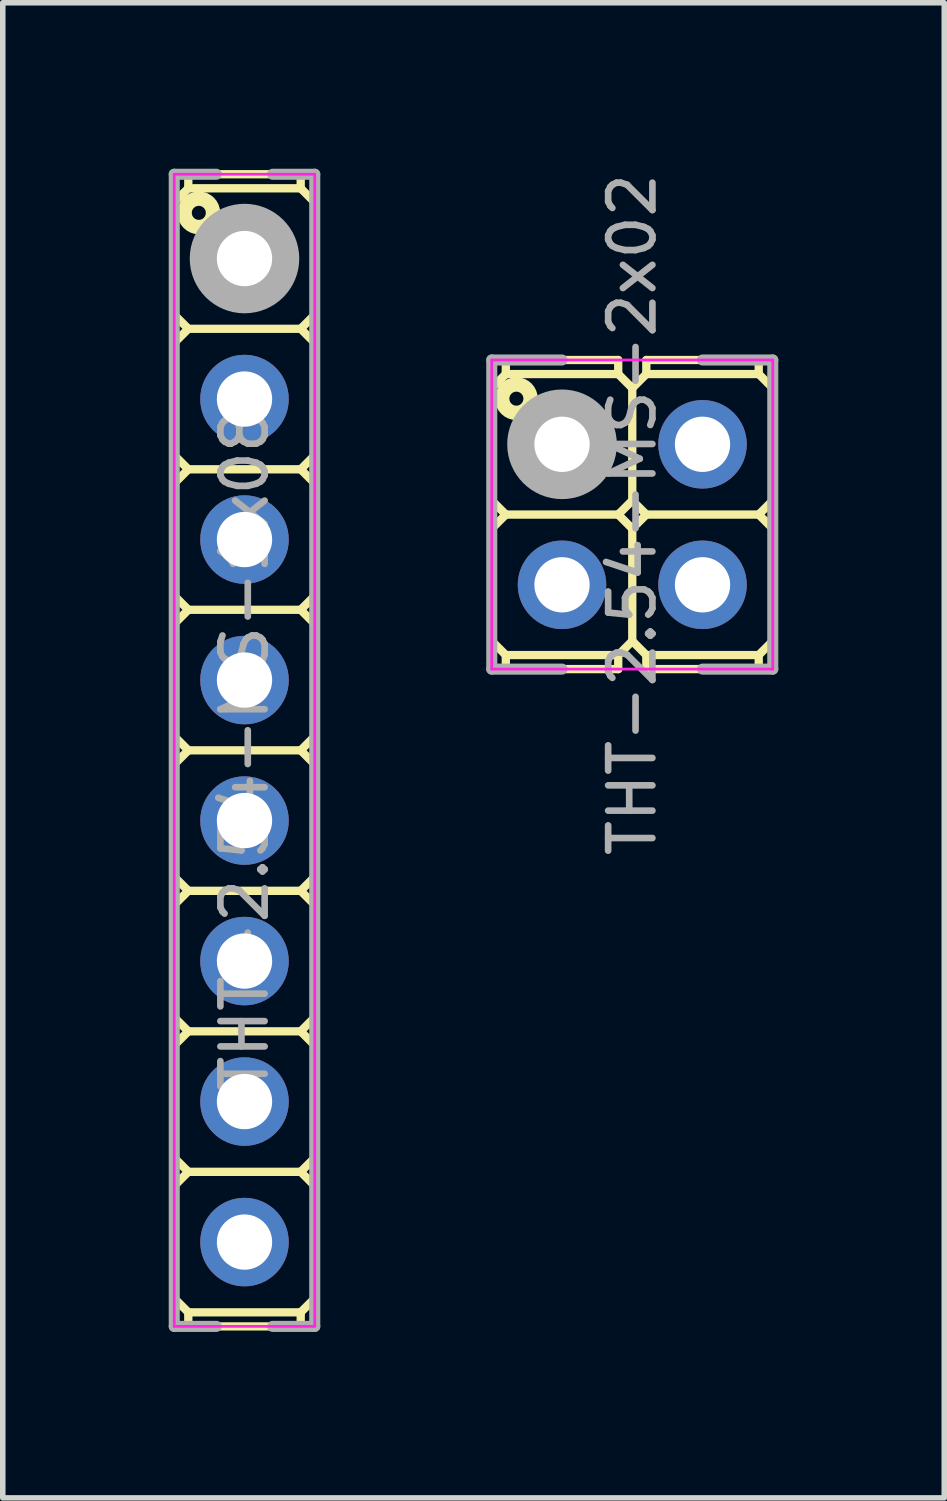
<source format=kicad_pcb>
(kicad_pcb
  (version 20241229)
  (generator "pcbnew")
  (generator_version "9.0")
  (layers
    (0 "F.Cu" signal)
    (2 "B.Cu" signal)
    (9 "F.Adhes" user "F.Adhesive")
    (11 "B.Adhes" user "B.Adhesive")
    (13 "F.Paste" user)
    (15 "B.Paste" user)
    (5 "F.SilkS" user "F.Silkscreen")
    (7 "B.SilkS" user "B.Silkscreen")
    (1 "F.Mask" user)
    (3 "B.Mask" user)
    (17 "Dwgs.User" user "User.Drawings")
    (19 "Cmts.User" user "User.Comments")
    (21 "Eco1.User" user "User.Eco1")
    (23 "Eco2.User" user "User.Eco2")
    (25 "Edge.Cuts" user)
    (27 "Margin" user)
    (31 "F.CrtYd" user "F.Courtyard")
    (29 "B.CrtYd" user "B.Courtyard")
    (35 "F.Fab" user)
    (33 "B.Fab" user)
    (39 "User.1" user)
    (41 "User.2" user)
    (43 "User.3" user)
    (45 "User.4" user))
  (footprint "THT-2.54-MS-2x02"
    (layer "F.Cu")
    (at 8.38 6.252)
    (property "Reference" "THT-2.54-MS-2x02" (at 0 0 270) (layer "F.Fab") (effects (font (size 0.8 0.8) (thickness 0.12))))
    (attr through_hole)
    (fp_line (start -2.54 -2.286) (end -2.54 -0.254) (stroke (width 0.15) (type solid)) (layer "F.SilkS"))
    (fp_line (start -2.54 -2.286) (end -2.286 -2.54) (stroke (width 0.15) (type solid)) (layer "F.SilkS"))
    (fp_line (start -2.54 -0.254) (end -2.286 0) (stroke (width 0.15) (type solid)) (layer "F.SilkS"))
    (fp_line (start -2.54 0.254) (end -2.54 2.286) (stroke (width 0.15) (type solid)) (layer "F.SilkS"))
    (fp_line (start -2.54 2.286) (end -2.286 2.54) (stroke (width 0.15) (type solid)) (layer "F.SilkS"))
    (fp_line (start -2.286 -2.794) (end -0.254 -2.794) (stroke (width 0.15) (type solid)) (layer "F.SilkS"))
    (fp_line (start -2.286 -2.54) (end -2.286 -2.794) (stroke (width 0.15) (type solid)) (layer "F.SilkS"))
    (fp_line (start -2.286 -2.54) (end -0.254 -2.54) (stroke (width 0.15) (type solid)) (layer "F.SilkS"))
    (fp_line (start -2.286 0) (end -2.54 0.254) (stroke (width 0.15) (type solid)) (layer "F.SilkS"))
    (fp_line (start -2.286 2.54) (end -2.286 2.794) (stroke (width 0.15) (type solid)) (layer "F.SilkS"))
    (fp_line (start -2.286 2.54) (end -0.254 2.54) (stroke (width 0.15) (type solid)) (layer "F.SilkS"))
    (fp_line (start -2.286 2.794) (end -0.254 2.794) (stroke (width 0.15) (type solid)) (layer "F.SilkS"))
    (fp_line (start -0.254 -2.794) (end -0.254 -2.54) (stroke (width 0.15) (type solid)) (layer "F.SilkS"))
    (fp_line (start -0.254 -2.54) (end 0 -2.286) (stroke (width 0.15) (type solid)) (layer "F.SilkS"))
    (fp_line (start -0.254 0) (end -2.286 0) (stroke (width 0.15) (type solid)) (layer "F.SilkS"))
    (fp_line (start -0.254 2.54) (end 0 2.286) (stroke (width 0.15) (type solid)) (layer "F.SilkS"))
    (fp_line (start -0.254 2.794) (end -0.254 2.54) (stroke (width 0.15) (type solid)) (layer "F.SilkS"))
    (fp_line (start 0 -2.286) (end 0 -0.254) (stroke (width 0.15) (type solid)) (layer "F.SilkS"))
    (fp_line (start 0 -2.286) (end 0.254 -2.54) (stroke (width 0.15) (type solid)) (layer "F.SilkS"))
    (fp_line (start 0 -0.254) (end -0.254 0) (stroke (width 0.15) (type solid)) (layer "F.SilkS"))
    (fp_line (start 0 -0.254) (end 0.254 0) (stroke (width 0.15) (type solid)) (layer "F.SilkS"))
    (fp_line (start 0 0.254) (end -0.254 0) (stroke (width 0.15) (type solid)) (layer "F.SilkS"))
    (fp_line (start 0 2.286) (end 0 0.254) (stroke (width 0.15) (type solid)) (layer "F.SilkS"))
    (fp_line (start 0 2.286) (end 0.254 2.54) (stroke (width 0.15) (type solid)) (layer "F.SilkS"))
    (fp_line (start 0.254 -2.794) (end 2.286 -2.794) (stroke (width 0.15) (type solid)) (layer "F.SilkS"))
    (fp_line (start 0.254 -2.54) (end 0.254 -2.794) (stroke (width 0.15) (type solid)) (layer "F.SilkS"))
    (fp_line (start 0.254 -2.54) (end 2.286 -2.54) (stroke (width 0.15) (type solid)) (layer "F.SilkS"))
    (fp_line (start 0.254 0) (end 0 0.254) (stroke (width 0.15) (type solid)) (layer "F.SilkS"))
    (fp_line (start 0.254 2.54) (end 0.254 2.794) (stroke (width 0.15) (type solid)) (layer "F.SilkS"))
    (fp_line (start 0.254 2.54) (end 2.286 2.54) (stroke (width 0.15) (type solid)) (layer "F.SilkS"))
    (fp_line (start 0.254 2.794) (end 2.286 2.794) (stroke (width 0.15) (type solid)) (layer "F.SilkS"))
    (fp_line (start 2.286 -2.794) (end 2.286 -2.54) (stroke (width 0.15) (type solid)) (layer "F.SilkS"))
    (fp_line (start 2.286 -2.54) (end 2.54 -2.286) (stroke (width 0.15) (type solid)) (layer "F.SilkS"))
    (fp_line (start 2.286 0) (end 0.254 0) (stroke (width 0.15) (type solid)) (layer "F.SilkS"))
    (fp_line (start 2.286 2.54) (end 2.54 2.286) (stroke (width 0.15) (type solid)) (layer "F.SilkS"))
    (fp_line (start 2.286 2.794) (end 2.286 2.54) (stroke (width 0.15) (type solid)) (layer "F.SilkS"))
    (fp_line (start 2.54 -2.286) (end 2.54 -0.254) (stroke (width 0.15) (type solid)) (layer "F.SilkS"))
    (fp_line (start 2.54 -0.254) (end 2.286 0) (stroke (width 0.15) (type solid)) (layer "F.SilkS"))
    (fp_line (start 2.54 0.254) (end 2.286 0) (stroke (width 0.15) (type solid)) (layer "F.SilkS"))
    (fp_line (start 2.54 2.286) (end 2.54 0.254) (stroke (width 0.15) (type solid)) (layer "F.SilkS"))
    (fp_circle (center -2.095 -2.095) (end -1.968 -2.095) (stroke (width 0.26) (type solid)) (fill no) (layer "F.SilkS"))
    (fp_line (start -2.54 -2.794) (end 2.54 -2.794) (stroke (width 0.05) (type solid)) (layer "F.CrtYd"))
    (fp_line (start -2.54 2.794) (end -2.54 -2.794) (stroke (width 0.05) (type solid)) (layer "F.CrtYd"))
    (fp_line (start -2.54 2.794) (end 2.54 2.794) (stroke (width 0.05) (type solid)) (layer "F.CrtYd"))
    (fp_line (start 2.54 -2.794) (end 2.54 2.794) (stroke (width 0.05) (type solid)) (layer "F.CrtYd"))
    (fp_line (start -2.54 -2.794) (end -2.54 2.794) (stroke (width 0.2) (type solid)) (layer "F.Fab"))
    (fp_line (start -2.54 -2.794) (end -1.27 -2.794) (stroke (width 0.2) (type solid)) (layer "F.Fab"))
    (fp_line (start -2.54 2.794) (end -1.27 2.794) (stroke (width 0.2) (type solid)) (layer "F.Fab"))
    (fp_line (start 1.27 -2.794) (end 2.54 -2.794) (stroke (width 0.2) (type solid)) (layer "F.Fab"))
    (fp_line (start 1.27 2.794) (end 2.54 2.794) (stroke (width 0.2) (type solid)) (layer "F.Fab"))
    (fp_line (start 2.54 2.794) (end 2.54 -2.794) (stroke (width 0.2) (type solid)) (layer "F.Fab"))
    (fp_circle (center -1.27 -1.27) (end -1.27 -1.079) (stroke (width 0.8) (type solid)) (fill no) (layer "F.Fab"))
    (pad "1" thru_hole circle (at -1.27 -1.27) (size 1.6 1.6) (drill 1) (layers "*.Cu" "*.Mask"))
    (pad "2" thru_hole circle (at 1.27 -1.27) (size 1.6 1.6) (drill 1) (layers "*.Cu" "*.Mask"))
    (pad "3" thru_hole circle (at -1.27 1.27) (size 1.6 1.6) (drill 1) (layers "*.Cu" "*.Mask"))
    (pad "4" thru_hole circle (at 1.27 1.27) (size 1.6 1.6) (drill 1) (layers "*.Cu" "*.Mask")))
  (footprint "THT-2.54-MS-1x08"
    (layer "F.Cu")
    (at 1.37 10.514)
    (property "Reference" "THT-2.54-MS-1x08" (at 0 0 270) (layer "F.Fab") (effects (font (size 0.8 0.8) (thickness 0.12))))
    (attr through_hole)
    (fp_line (start -1.27 -9.906) (end -1.27 -7.874) (stroke (width 0.15) (type solid)) (layer "F.SilkS"))
    (fp_line (start -1.27 -9.906) (end -1.016 -10.16) (stroke (width 0.15) (type solid)) (layer "F.SilkS"))
    (fp_line (start -1.27 -7.874) (end -1.016 -7.62) (stroke (width 0.15) (type solid)) (layer "F.SilkS"))
    (fp_line (start -1.27 -7.366) (end -1.27 -5.334) (stroke (width 0.15) (type solid)) (layer "F.SilkS"))
    (fp_line (start -1.27 -5.334) (end -1.016 -5.08) (stroke (width 0.15) (type solid)) (layer "F.SilkS"))
    (fp_line (start -1.27 -4.826) (end -1.27 -2.794) (stroke (width 0.15) (type solid)) (layer "F.SilkS"))
    (fp_line (start -1.27 -2.794) (end -1.016 -2.54) (stroke (width 0.15) (type solid)) (layer "F.SilkS"))
    (fp_line (start -1.27 -2.286) (end -1.27 -0.254) (stroke (width 0.15) (type solid)) (layer "F.SilkS"))
    (fp_line (start -1.27 -0.254) (end -1.016 0) (stroke (width 0.15) (type solid)) (layer "F.SilkS"))
    (fp_line (start -1.27 0.254) (end -1.27 2.286) (stroke (width 0.15) (type solid)) (layer "F.SilkS"))
    (fp_line (start -1.27 2.286) (end -1.016 2.54) (stroke (width 0.15) (type solid)) (layer "F.SilkS"))
    (fp_line (start -1.27 2.794) (end -1.27 4.826) (stroke (width 0.15) (type solid)) (layer "F.SilkS"))
    (fp_line (start -1.27 4.826) (end -1.016 5.08) (stroke (width 0.15) (type solid)) (layer "F.SilkS"))
    (fp_line (start -1.27 5.334) (end -1.27 7.366) (stroke (width 0.15) (type solid)) (layer "F.SilkS"))
    (fp_line (start -1.27 7.366) (end -1.016 7.62) (stroke (width 0.15) (type solid)) (layer "F.SilkS"))
    (fp_line (start -1.27 7.874) (end -1.27 9.906) (stroke (width 0.15) (type solid)) (layer "F.SilkS"))
    (fp_line (start -1.27 9.906) (end -1.016 10.16) (stroke (width 0.15) (type solid)) (layer "F.SilkS"))
    (fp_line (start -1.016 -10.414) (end 1.016 -10.414) (stroke (width 0.15) (type solid)) (layer "F.SilkS"))
    (fp_line (start -1.016 -10.16) (end -1.016 -10.414) (stroke (width 0.15) (type solid)) (layer "F.SilkS"))
    (fp_line (start -1.016 -10.16) (end 1.016 -10.16) (stroke (width 0.15) (type solid)) (layer "F.SilkS"))
    (fp_line (start -1.016 -7.62) (end -1.27 -7.366) (stroke (width 0.15) (type solid)) (layer "F.SilkS"))
    (fp_line (start -1.016 -5.08) (end -1.27 -4.826) (stroke (width 0.15) (type solid)) (layer "F.SilkS"))
    (fp_line (start -1.016 -5.08) (end 1.016 -5.08) (stroke (width 0.15) (type solid)) (layer "F.SilkS"))
    (fp_line (start -1.016 -2.54) (end -1.27 -2.286) (stroke (width 0.15) (type solid)) (layer "F.SilkS"))
    (fp_line (start -1.016 0) (end -1.27 0.254) (stroke (width 0.15) (type solid)) (layer "F.SilkS"))
    (fp_line (start -1.016 2.54) (end -1.27 2.794) (stroke (width 0.15) (type solid)) (layer "F.SilkS"))
    (fp_line (start -1.016 5.08) (end -1.27 5.334) (stroke (width 0.15) (type solid)) (layer "F.SilkS"))
    (fp_line (start -1.016 7.62) (end -1.27 7.874) (stroke (width 0.15) (type solid)) (layer "F.SilkS"))
    (fp_line (start -1.016 10.16) (end -1.016 10.414) (stroke (width 0.15) (type solid)) (layer "F.SilkS"))
    (fp_line (start -1.016 10.16) (end 1.016 10.16) (stroke (width 0.15) (type solid)) (layer "F.SilkS"))
    (fp_line (start -1.016 10.414) (end 1.016 10.414) (stroke (width 0.15) (type solid)) (layer "F.SilkS"))
    (fp_line (start 1.016 -10.414) (end 1.016 -10.16) (stroke (width 0.15) (type solid)) (layer "F.SilkS"))
    (fp_line (start 1.016 -10.16) (end 1.27 -9.906) (stroke (width 0.15) (type solid)) (layer "F.SilkS"))
    (fp_line (start 1.016 -7.62) (end -1.016 -7.62) (stroke (width 0.15) (type solid)) (layer "F.SilkS"))
    (fp_line (start 1.016 -5.08) (end 1.27 -5.334) (stroke (width 0.15) (type solid)) (layer "F.SilkS"))
    (fp_line (start 1.016 -2.54) (end -1.016 -2.54) (stroke (width 0.15) (type solid)) (layer "F.SilkS"))
    (fp_line (start 1.016 -2.54) (end 1.27 -2.794) (stroke (width 0.15) (type solid)) (layer "F.SilkS"))
    (fp_line (start 1.016 0) (end -1.016 0) (stroke (width 0.15) (type solid)) (layer "F.SilkS"))
    (fp_line (start 1.016 0) (end 1.27 -0.254) (stroke (width 0.15) (type solid)) (layer "F.SilkS"))
    (fp_line (start 1.016 2.54) (end -1.016 2.54) (stroke (width 0.15) (type solid)) (layer "F.SilkS"))
    (fp_line (start 1.016 2.54) (end 1.27 2.286) (stroke (width 0.15) (type solid)) (layer "F.SilkS"))
    (fp_line (start 1.016 5.08) (end -1.016 5.08) (stroke (width 0.15) (type solid)) (layer "F.SilkS"))
    (fp_line (start 1.016 5.08) (end 1.27 4.826) (stroke (width 0.15) (type solid)) (layer "F.SilkS"))
    (fp_line (start 1.016 7.62) (end -1.016 7.62) (stroke (width 0.15) (type solid)) (layer "F.SilkS"))
    (fp_line (start 1.016 7.62) (end 1.27 7.366) (stroke (width 0.15) (type solid)) (layer "F.SilkS"))
    (fp_line (start 1.016 10.16) (end 1.27 9.906) (stroke (width 0.15) (type solid)) (layer "F.SilkS"))
    (fp_line (start 1.016 10.414) (end 1.016 10.16) (stroke (width 0.15) (type solid)) (layer "F.SilkS"))
    (fp_line (start 1.27 -9.906) (end 1.27 -7.874) (stroke (width 0.15) (type solid)) (layer "F.SilkS"))
    (fp_line (start 1.27 -7.874) (end 1.016 -7.62) (stroke (width 0.15) (type solid)) (layer "F.SilkS"))
    (fp_line (start 1.27 -7.366) (end 1.016 -7.62) (stroke (width 0.15) (type solid)) (layer "F.SilkS"))
    (fp_line (start 1.27 -5.334) (end 1.27 -7.366) (stroke (width 0.15) (type solid)) (layer "F.SilkS"))
    (fp_line (start 1.27 -4.826) (end 1.016 -5.08) (stroke (width 0.15) (type solid)) (layer "F.SilkS"))
    (fp_line (start 1.27 -2.794) (end 1.27 -4.826) (stroke (width 0.15) (type solid)) (layer "F.SilkS"))
    (fp_line (start 1.27 -2.286) (end 1.016 -2.54) (stroke (width 0.15) (type solid)) (layer "F.SilkS"))
    (fp_line (start 1.27 -0.254) (end 1.27 -2.286) (stroke (width 0.15) (type solid)) (layer "F.SilkS"))
    (fp_line (start 1.27 0.254) (end 1.016 0) (stroke (width 0.15) (type solid)) (layer "F.SilkS"))
    (fp_line (start 1.27 2.286) (end 1.27 0.254) (stroke (width 0.15) (type solid)) (layer "F.SilkS"))
    (fp_line (start 1.27 2.794) (end 1.016 2.54) (stroke (width 0.15) (type solid)) (layer "F.SilkS"))
    (fp_line (start 1.27 4.826) (end 1.27 2.794) (stroke (width 0.15) (type solid)) (layer "F.SilkS"))
    (fp_line (start 1.27 5.334) (end 1.016 5.08) (stroke (width 0.15) (type solid)) (layer "F.SilkS"))
    (fp_line (start 1.27 7.366) (end 1.27 5.334) (stroke (width 0.15) (type solid)) (layer "F.SilkS"))
    (fp_line (start 1.27 7.874) (end 1.016 7.62) (stroke (width 0.15) (type solid)) (layer "F.SilkS"))
    (fp_line (start 1.27 9.906) (end 1.27 7.874) (stroke (width 0.15) (type solid)) (layer "F.SilkS"))
    (fp_circle (center -0.826 -9.716) (end -0.699 -9.716) (stroke (width 0.26) (type solid)) (fill no) (layer "F.SilkS"))
    (fp_line (start -1.27 -10.414) (end 1.27 -10.414) (stroke (width 0.05) (type solid)) (layer "F.CrtYd"))
    (fp_line (start -1.27 10.414) (end -1.27 -10.414) (stroke (width 0.05) (type solid)) (layer "F.CrtYd"))
    (fp_line (start 1.27 -10.414) (end 1.27 10.414) (stroke (width 0.05) (type solid)) (layer "F.CrtYd"))
    (fp_line (start 1.27 10.414) (end -1.27 10.414) (stroke (width 0.05) (type solid)) (layer "F.CrtYd"))
    (fp_line (start -1.27 -10.414) (end -1.27 10.414) (stroke (width 0.2) (type solid)) (layer "F.Fab"))
    (fp_line (start -0.508 -10.414) (end -1.27 -10.414) (stroke (width 0.2) (type solid)) (layer "F.Fab"))
    (fp_line (start -0.508 10.414) (end -1.27 10.414) (stroke (width 0.2) (type solid)) (layer "F.Fab"))
    (fp_line (start 1.27 -10.414) (end 0.508 -10.414) (stroke (width 0.2) (type solid)) (layer "F.Fab"))
    (fp_line (start 1.27 10.414) (end 0.508 10.414) (stroke (width 0.2) (type solid)) (layer "F.Fab"))
    (fp_line (start 1.27 10.414) (end 1.27 -10.414) (stroke (width 0.2) (type solid)) (layer "F.Fab"))
    (fp_circle (center 0 -8.89) (end 0 -8.7) (stroke (width 0.8) (type solid)) (fill no) (layer "F.Fab"))
    (pad "1" thru_hole circle (at 0 -8.89) (size 1.6 1.6) (drill 1) (layers "*.Cu" "*.Mask"))
    (pad "2" thru_hole circle (at 0 -6.35) (size 1.6 1.6) (drill 1) (layers "*.Cu" "*.Mask"))
    (pad "3" thru_hole circle (at 0 -3.81) (size 1.6 1.6) (drill 1) (layers "*.Cu" "*.Mask"))
    (pad "4" thru_hole circle (at 0 -1.27) (size 1.6 1.6) (drill 1) (layers "*.Cu" "*.Mask"))
    (pad "5" thru_hole circle (at 0 1.27) (size 1.6 1.6) (drill 1) (layers "*.Cu" "*.Mask"))
    (pad "6" thru_hole circle (at 0 3.81) (size 1.6 1.6) (drill 1) (layers "*.Cu" "*.Mask"))
    (pad "7" thru_hole circle (at 0 6.35) (size 1.6 1.6) (drill 1) (layers "*.Cu" "*.Mask"))
    (pad "8" thru_hole circle (at 0 8.89) (size 1.6 1.6) (drill 1) (layers "*.Cu" "*.Mask")))
  (gr_rect
    (start -3 -3)
    (end 14.02 24.028)
    (stroke (width 0.1) (type default))
    (fill no)
    (layer "Edge.Cuts")))
</source>
